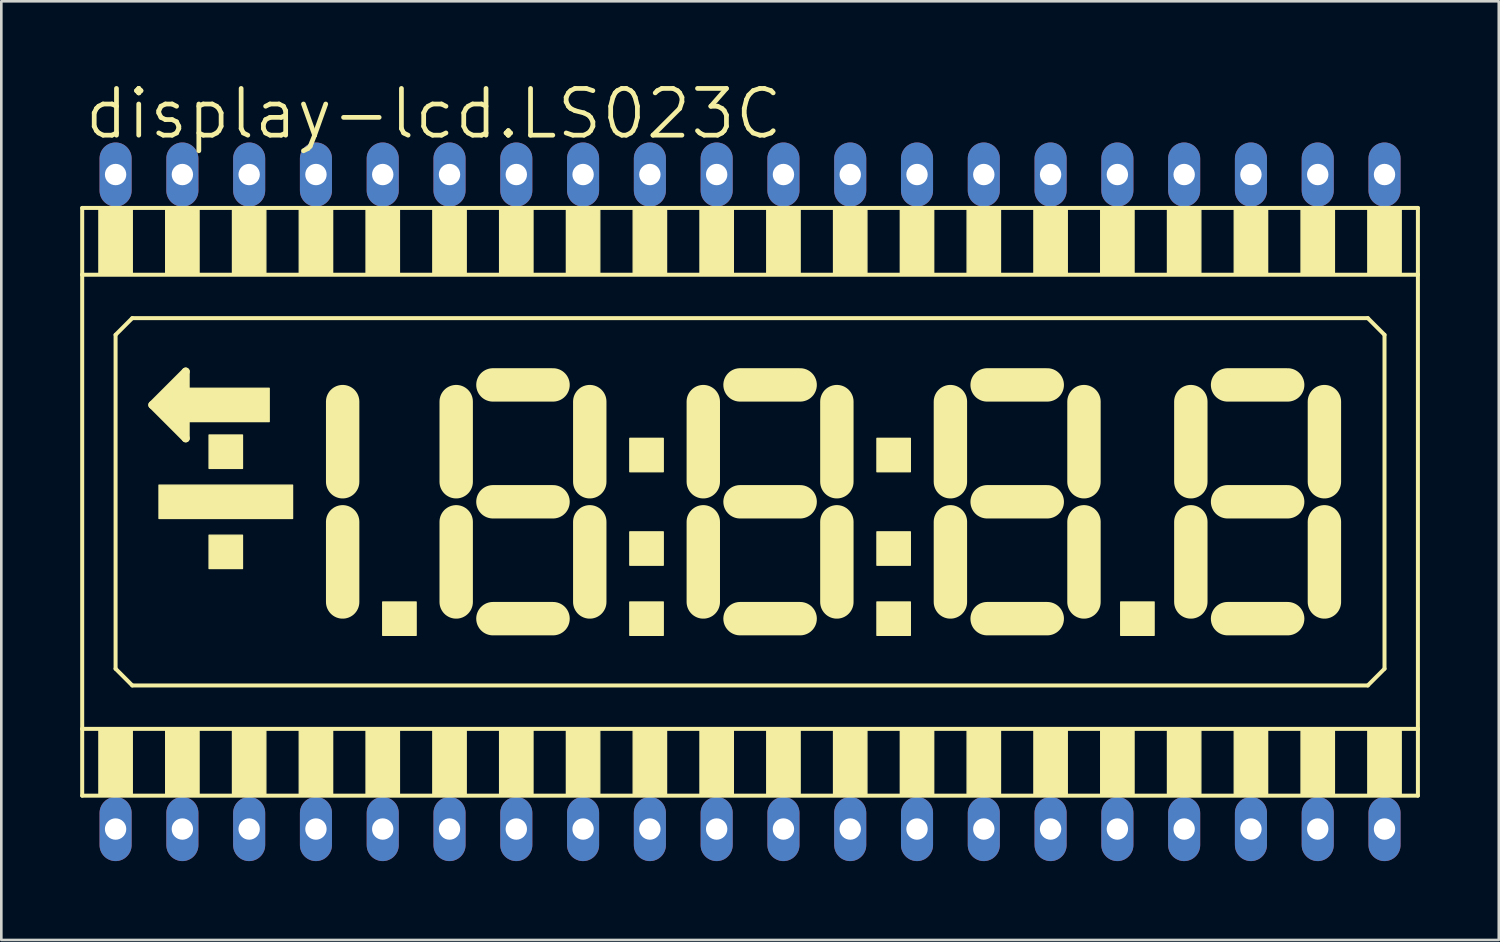
<source format=kicad_pcb>
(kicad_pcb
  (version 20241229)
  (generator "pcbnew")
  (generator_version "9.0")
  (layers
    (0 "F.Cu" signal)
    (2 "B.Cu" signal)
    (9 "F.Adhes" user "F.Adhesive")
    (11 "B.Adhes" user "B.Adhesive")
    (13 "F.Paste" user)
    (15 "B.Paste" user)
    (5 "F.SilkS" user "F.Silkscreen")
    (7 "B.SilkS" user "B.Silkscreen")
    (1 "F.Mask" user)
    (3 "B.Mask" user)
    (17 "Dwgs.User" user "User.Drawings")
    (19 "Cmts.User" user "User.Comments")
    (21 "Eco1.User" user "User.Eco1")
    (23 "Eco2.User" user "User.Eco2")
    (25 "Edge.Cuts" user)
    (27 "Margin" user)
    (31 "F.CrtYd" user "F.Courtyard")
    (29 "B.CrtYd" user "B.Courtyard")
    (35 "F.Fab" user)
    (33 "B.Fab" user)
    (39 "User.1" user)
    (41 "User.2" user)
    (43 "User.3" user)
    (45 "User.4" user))
  (footprint "display-lcd.LS023C"
    (layer "F.Cu")
    (at 25.476 16.034)
    (property "Reference" "display-lcd.LS023C" (at -25.4 -13.716 0) (layer "F.SilkS") (effects (font (size 1.778 1.778) (thickness 0.18)) (justify left bottom)))
    (attr through_hole)
    (fp_line (start -25.4 -11.176) (end -25.4 -8.636) (stroke (width 0.152) (type default)) (layer "F.SilkS"))
    (fp_line (start -25.4 -8.636) (end -25.4 8.636) (stroke (width 0.152) (type default)) (layer "F.SilkS"))
    (fp_line (start -25.4 -8.636) (end 25.4 -8.636) (stroke (width 0.152) (type default)) (layer "F.SilkS"))
    (fp_line (start -25.4 8.636) (end -25.4 11.176) (stroke (width 0.152) (type default)) (layer "F.SilkS"))
    (fp_line (start -25.4 11.176) (end 25.4 11.176) (stroke (width 0.152) (type default)) (layer "F.SilkS"))
    (fp_line (start -24.13 -6.35) (end -24.13 6.35) (stroke (width 0.152) (type default)) (layer "F.SilkS"))
    (fp_line (start -24.13 6.35) (end -23.495 6.985) (stroke (width 0.152) (type default)) (layer "F.SilkS"))
    (fp_line (start -23.495 -6.985) (end -24.13 -6.35) (stroke (width 0.152) (type default)) (layer "F.SilkS"))
    (fp_line (start -23.495 6.985) (end 23.495 6.985) (stroke (width 0.152) (type default)) (layer "F.SilkS"))
    (fp_line (start -22.733 -3.683) (end -21.463 -4.953) (stroke (width 0.305) (type default)) (layer "F.SilkS"))
    (fp_line (start -21.463 -4.953) (end -21.463 -2.413) (stroke (width 0.305) (type default)) (layer "F.SilkS"))
    (fp_line (start -21.463 -2.413) (end -22.733 -3.683) (stroke (width 0.305) (type default)) (layer "F.SilkS"))
    (fp_line (start -15.494 -0.762) (end -15.494 -3.81) (stroke (width 1.27) (type default)) (layer "F.SilkS"))
    (fp_line (start -15.494 3.81) (end -15.494 0.762) (stroke (width 1.27) (type default)) (layer "F.SilkS"))
    (fp_line (start -11.176 -3.81) (end -11.176 -0.762) (stroke (width 1.27) (type default)) (layer "F.SilkS"))
    (fp_line (start -11.176 0.762) (end -11.176 3.81) (stroke (width 1.27) (type default)) (layer "F.SilkS"))
    (fp_line (start -9.779 -4.445) (end -7.493 -4.445) (stroke (width 1.27) (type default)) (layer "F.SilkS"))
    (fp_line (start -9.779 0) (end -7.493 0) (stroke (width 1.27) (type default)) (layer "F.SilkS"))
    (fp_line (start -9.779 4.445) (end -7.493 4.445) (stroke (width 1.27) (type default)) (layer "F.SilkS"))
    (fp_line (start -6.096 -0.762) (end -6.096 -3.81) (stroke (width 1.27) (type default)) (layer "F.SilkS"))
    (fp_line (start -6.096 3.81) (end -6.096 0.762) (stroke (width 1.27) (type default)) (layer "F.SilkS"))
    (fp_line (start -1.778 -3.81) (end -1.778 -0.762) (stroke (width 1.27) (type default)) (layer "F.SilkS"))
    (fp_line (start -1.778 0.762) (end -1.778 3.81) (stroke (width 1.27) (type default)) (layer "F.SilkS"))
    (fp_line (start -0.381 -4.445) (end 1.905 -4.445) (stroke (width 1.27) (type default)) (layer "F.SilkS"))
    (fp_line (start -0.381 0) (end 1.905 0) (stroke (width 1.27) (type default)) (layer "F.SilkS"))
    (fp_line (start -0.381 4.445) (end 1.905 4.445) (stroke (width 1.27) (type default)) (layer "F.SilkS"))
    (fp_line (start 3.302 -0.762) (end 3.302 -3.81) (stroke (width 1.27) (type default)) (layer "F.SilkS"))
    (fp_line (start 3.302 3.81) (end 3.302 0.762) (stroke (width 1.27) (type default)) (layer "F.SilkS"))
    (fp_line (start 7.62 -3.81) (end 7.62 -0.762) (stroke (width 1.27) (type default)) (layer "F.SilkS"))
    (fp_line (start 7.62 0.762) (end 7.62 3.81) (stroke (width 1.27) (type default)) (layer "F.SilkS"))
    (fp_line (start 9.017 -4.445) (end 11.303 -4.445) (stroke (width 1.27) (type default)) (layer "F.SilkS"))
    (fp_line (start 9.017 0) (end 11.303 0) (stroke (width 1.27) (type default)) (layer "F.SilkS"))
    (fp_line (start 9.017 4.445) (end 11.303 4.445) (stroke (width 1.27) (type default)) (layer "F.SilkS"))
    (fp_line (start 12.7 -0.762) (end 12.7 -3.81) (stroke (width 1.27) (type default)) (layer "F.SilkS"))
    (fp_line (start 12.7 3.81) (end 12.7 0.762) (stroke (width 1.27) (type default)) (layer "F.SilkS"))
    (fp_line (start 16.764 -3.81) (end 16.764 -0.762) (stroke (width 1.27) (type default)) (layer "F.SilkS"))
    (fp_line (start 16.764 0.762) (end 16.764 3.81) (stroke (width 1.27) (type default)) (layer "F.SilkS"))
    (fp_line (start 18.161 -4.445) (end 20.447 -4.445) (stroke (width 1.27) (type default)) (layer "F.SilkS"))
    (fp_line (start 18.161 0) (end 20.447 0) (stroke (width 1.27) (type default)) (layer "F.SilkS"))
    (fp_line (start 18.161 4.445) (end 20.447 4.445) (stroke (width 1.27) (type default)) (layer "F.SilkS"))
    (fp_line (start 21.844 -0.762) (end 21.844 -3.81) (stroke (width 1.27) (type default)) (layer "F.SilkS"))
    (fp_line (start 21.844 3.81) (end 21.844 0.762) (stroke (width 1.27) (type default)) (layer "F.SilkS"))
    (fp_line (start 23.495 -6.985) (end -23.495 -6.985) (stroke (width 0.152) (type default)) (layer "F.SilkS"))
    (fp_line (start 23.495 6.985) (end 24.13 6.35) (stroke (width 0.152) (type default)) (layer "F.SilkS"))
    (fp_line (start 24.13 -6.35) (end 23.495 -6.985) (stroke (width 0.152) (type default)) (layer "F.SilkS"))
    (fp_line (start 24.13 6.35) (end 24.13 -6.35) (stroke (width 0.152) (type default)) (layer "F.SilkS"))
    (fp_line (start 25.4 -11.176) (end -25.4 -11.176) (stroke (width 0.152) (type default)) (layer "F.SilkS"))
    (fp_line (start 25.4 -8.636) (end 25.4 -11.176) (stroke (width 0.152) (type default)) (layer "F.SilkS"))
    (fp_line (start 25.4 8.636) (end -25.4 8.636) (stroke (width 0.152) (type default)) (layer "F.SilkS"))
    (fp_line (start 25.4 8.636) (end 25.4 -8.636) (stroke (width 0.152) (type default)) (layer "F.SilkS"))
    (fp_line (start 25.4 11.176) (end 25.4 8.636) (stroke (width 0.152) (type default)) (layer "F.SilkS"))
    (fp_rect (start -24.765 -8.636) (end -23.495 -11.176) (stroke (width 0.05) (type default)) (fill yes) (layer "F.SilkS"))
    (fp_rect (start -24.765 11.176) (end -23.495 8.636) (stroke (width 0.05) (type default)) (fill yes) (layer "F.SilkS"))
    (fp_rect (start -22.606 -3.556) (end -22.098 -3.81) (stroke (width 0.05) (type default)) (fill yes) (layer "F.SilkS"))
    (fp_rect (start -22.479 -3.81) (end -22.098 -3.937) (stroke (width 0.05) (type default)) (fill yes) (layer "F.SilkS"))
    (fp_rect (start -22.479 -3.429) (end -22.098 -3.556) (stroke (width 0.05) (type default)) (fill yes) (layer "F.SilkS"))
    (fp_rect (start -22.479 0.635) (end -17.399 -0.635) (stroke (width 0.05) (type default)) (fill yes) (layer "F.SilkS"))
    (fp_rect (start -22.352 -3.937) (end -22.098 -4.064) (stroke (width 0.05) (type default)) (fill yes) (layer "F.SilkS"))
    (fp_rect (start -22.352 -3.302) (end -22.098 -3.429) (stroke (width 0.05) (type default)) (fill yes) (layer "F.SilkS"))
    (fp_rect (start -22.225 -8.636) (end -20.955 -11.176) (stroke (width 0.05) (type default)) (fill yes) (layer "F.SilkS"))
    (fp_rect (start -22.225 -4.064) (end -22.098 -4.191) (stroke (width 0.05) (type default)) (fill yes) (layer "F.SilkS"))
    (fp_rect (start -22.225 -3.175) (end -22.098 -3.302) (stroke (width 0.05) (type default)) (fill yes) (layer "F.SilkS"))
    (fp_rect (start -22.225 11.176) (end -20.955 8.636) (stroke (width 0.05) (type default)) (fill yes) (layer "F.SilkS"))
    (fp_rect (start -22.098 -3.048) (end -18.288 -4.318) (stroke (width 0.05) (type default)) (fill yes) (layer "F.SilkS"))
    (fp_rect (start -21.971 -4.318) (end -21.463 -4.572) (stroke (width 0.05) (type default)) (fill yes) (layer "F.SilkS"))
    (fp_rect (start -21.971 -2.794) (end -21.463 -3.048) (stroke (width 0.05) (type default)) (fill yes) (layer "F.SilkS"))
    (fp_rect (start -21.717 -4.572) (end -21.463 -4.699) (stroke (width 0.05) (type default)) (fill yes) (layer "F.SilkS"))
    (fp_rect (start -21.717 -2.667) (end -21.463 -2.794) (stroke (width 0.05) (type default)) (fill yes) (layer "F.SilkS"))
    (fp_rect (start -20.574 -1.27) (end -19.304 -2.54) (stroke (width 0.05) (type default)) (fill yes) (layer "F.SilkS"))
    (fp_rect (start -20.574 2.54) (end -19.304 1.27) (stroke (width 0.05) (type default)) (fill yes) (layer "F.SilkS"))
    (fp_rect (start -19.685 -8.636) (end -18.415 -11.176) (stroke (width 0.05) (type default)) (fill yes) (layer "F.SilkS"))
    (fp_rect (start -19.685 11.176) (end -18.415 8.636) (stroke (width 0.05) (type default)) (fill yes) (layer "F.SilkS"))
    (fp_rect (start -17.145 -8.636) (end -15.875 -11.176) (stroke (width 0.05) (type default)) (fill yes) (layer "F.SilkS"))
    (fp_rect (start -17.145 11.176) (end -15.875 8.636) (stroke (width 0.05) (type default)) (fill yes) (layer "F.SilkS"))
    (fp_rect (start -14.605 -8.636) (end -13.335 -11.176) (stroke (width 0.05) (type default)) (fill yes) (layer "F.SilkS"))
    (fp_rect (start -14.605 11.176) (end -13.335 8.636) (stroke (width 0.05) (type default)) (fill yes) (layer "F.SilkS"))
    (fp_rect (start -13.97 5.08) (end -12.7 3.81) (stroke (width 0.05) (type default)) (fill yes) (layer "F.SilkS"))
    (fp_rect (start -12.065 -8.636) (end -10.795 -11.176) (stroke (width 0.05) (type default)) (fill yes) (layer "F.SilkS"))
    (fp_rect (start -12.065 11.176) (end -10.795 8.636) (stroke (width 0.05) (type default)) (fill yes) (layer "F.SilkS"))
    (fp_rect (start -9.525 -8.636) (end -8.255 -11.176) (stroke (width 0.05) (type default)) (fill yes) (layer "F.SilkS"))
    (fp_rect (start -9.525 11.176) (end -8.255 8.636) (stroke (width 0.05) (type default)) (fill yes) (layer "F.SilkS"))
    (fp_rect (start -6.985 -8.636) (end -5.715 -11.176) (stroke (width 0.05) (type default)) (fill yes) (layer "F.SilkS"))
    (fp_rect (start -6.985 11.176) (end -5.715 8.636) (stroke (width 0.05) (type default)) (fill yes) (layer "F.SilkS"))
    (fp_rect (start -4.572 -1.143) (end -3.302 -2.413) (stroke (width 0.05) (type default)) (fill yes) (layer "F.SilkS"))
    (fp_rect (start -4.572 2.413) (end -3.302 1.143) (stroke (width 0.05) (type default)) (fill yes) (layer "F.SilkS"))
    (fp_rect (start -4.572 5.08) (end -3.302 3.81) (stroke (width 0.05) (type default)) (fill yes) (layer "F.SilkS"))
    (fp_rect (start -4.445 -8.636) (end -3.175 -11.176) (stroke (width 0.05) (type default)) (fill yes) (layer "F.SilkS"))
    (fp_rect (start -4.445 11.176) (end -3.175 8.636) (stroke (width 0.05) (type default)) (fill yes) (layer "F.SilkS"))
    (fp_rect (start -1.905 -8.636) (end -0.635 -11.176) (stroke (width 0.05) (type default)) (fill yes) (layer "F.SilkS"))
    (fp_rect (start -1.905 11.176) (end -0.635 8.636) (stroke (width 0.05) (type default)) (fill yes) (layer "F.SilkS"))
    (fp_rect (start 0.635 -8.636) (end 1.905 -11.176) (stroke (width 0.05) (type default)) (fill yes) (layer "F.SilkS"))
    (fp_rect (start 0.635 11.176) (end 1.905 8.636) (stroke (width 0.05) (type default)) (fill yes) (layer "F.SilkS"))
    (fp_rect (start 3.175 -8.636) (end 4.445 -11.176) (stroke (width 0.05) (type default)) (fill yes) (layer "F.SilkS"))
    (fp_rect (start 3.175 11.176) (end 4.445 8.636) (stroke (width 0.05) (type default)) (fill yes) (layer "F.SilkS"))
    (fp_rect (start 4.826 -1.143) (end 6.096 -2.413) (stroke (width 0.05) (type default)) (fill yes) (layer "F.SilkS"))
    (fp_rect (start 4.826 2.413) (end 6.096 1.143) (stroke (width 0.05) (type default)) (fill yes) (layer "F.SilkS"))
    (fp_rect (start 4.826 5.08) (end 6.096 3.81) (stroke (width 0.05) (type default)) (fill yes) (layer "F.SilkS"))
    (fp_rect (start 5.715 -8.636) (end 6.985 -11.176) (stroke (width 0.05) (type default)) (fill yes) (layer "F.SilkS"))
    (fp_rect (start 5.715 11.176) (end 6.985 8.636) (stroke (width 0.05) (type default)) (fill yes) (layer "F.SilkS"))
    (fp_rect (start 8.255 -8.636) (end 9.525 -11.176) (stroke (width 0.05) (type default)) (fill yes) (layer "F.SilkS"))
    (fp_rect (start 8.255 11.176) (end 9.525 8.636) (stroke (width 0.05) (type default)) (fill yes) (layer "F.SilkS"))
    (fp_rect (start 10.795 -8.636) (end 12.065 -11.176) (stroke (width 0.05) (type default)) (fill yes) (layer "F.SilkS"))
    (fp_rect (start 10.795 11.176) (end 12.065 8.636) (stroke (width 0.05) (type default)) (fill yes) (layer "F.SilkS"))
    (fp_rect (start 13.335 -8.636) (end 14.605 -11.176) (stroke (width 0.05) (type default)) (fill yes) (layer "F.SilkS"))
    (fp_rect (start 13.335 11.176) (end 14.605 8.636) (stroke (width 0.05) (type default)) (fill yes) (layer "F.SilkS"))
    (fp_rect (start 14.097 5.08) (end 15.367 3.81) (stroke (width 0.05) (type default)) (fill yes) (layer "F.SilkS"))
    (fp_rect (start 15.875 -8.636) (end 17.145 -11.176) (stroke (width 0.05) (type default)) (fill yes) (layer "F.SilkS"))
    (fp_rect (start 15.875 11.176) (end 17.145 8.636) (stroke (width 0.05) (type default)) (fill yes) (layer "F.SilkS"))
    (fp_rect (start 18.415 -8.636) (end 19.685 -11.176) (stroke (width 0.05) (type default)) (fill yes) (layer "F.SilkS"))
    (fp_rect (start 18.415 11.176) (end 19.685 8.636) (stroke (width 0.05) (type default)) (fill yes) (layer "F.SilkS"))
    (fp_rect (start 20.955 -8.636) (end 22.225 -11.176) (stroke (width 0.05) (type default)) (fill yes) (layer "F.SilkS"))
    (fp_rect (start 20.955 11.176) (end 22.225 8.636) (stroke (width 0.05) (type default)) (fill yes) (layer "F.SilkS"))
    (fp_rect (start 23.495 -8.636) (end 24.765 -11.176) (stroke (width 0.05) (type default)) (fill yes) (layer "F.SilkS"))
    (fp_rect (start 23.495 11.176) (end 24.765 8.636) (stroke (width 0.05) (type default)) (fill yes) (layer "F.SilkS"))
    (pad "1" thru_hole oval (at -24.13 12.446 90) (size 2.438 1.219) (drill 0.813) (layers "*.Cu" "*.Mask"))
    (pad "2" thru_hole oval (at -21.59 12.446 90) (size 2.438 1.219) (drill 0.813) (layers "*.Cu" "*.Mask"))
    (pad "3" thru_hole oval (at -19.05 12.446 90) (size 2.438 1.219) (drill 0.813) (layers "*.Cu" "*.Mask"))
    (pad "4" thru_hole oval (at -16.51 12.446 90) (size 2.438 1.219) (drill 0.813) (layers "*.Cu" "*.Mask"))
    (pad "5" thru_hole oval (at -13.97 12.446 90) (size 2.438 1.219) (drill 0.813) (layers "*.Cu" "*.Mask"))
    (pad "6" thru_hole oval (at -11.43 12.446 90) (size 2.438 1.219) (drill 0.813) (layers "*.Cu" "*.Mask"))
    (pad "7" thru_hole oval (at -8.89 12.446 90) (size 2.438 1.219) (drill 0.813) (layers "*.Cu" "*.Mask"))
    (pad "8" thru_hole oval (at -6.35 12.446 90) (size 2.438 1.219) (drill 0.813) (layers "*.Cu" "*.Mask"))
    (pad "9" thru_hole oval (at -3.81 12.446 90) (size 2.438 1.219) (drill 0.813) (layers "*.Cu" "*.Mask"))
    (pad "10" thru_hole oval (at -1.27 12.446 90) (size 2.438 1.219) (drill 0.813) (layers "*.Cu" "*.Mask"))
    (pad "11" thru_hole oval (at 1.27 12.446 90) (size 2.438 1.219) (drill 0.813) (layers "*.Cu" "*.Mask"))
    (pad "12" thru_hole oval (at 3.81 12.446 90) (size 2.438 1.219) (drill 0.813) (layers "*.Cu" "*.Mask"))
    (pad "13" thru_hole oval (at 6.35 12.446 90) (size 2.438 1.219) (drill 0.813) (layers "*.Cu" "*.Mask"))
    (pad "14" thru_hole oval (at 8.89 12.446 90) (size 2.438 1.219) (drill 0.813) (layers "*.Cu" "*.Mask"))
    (pad "15" thru_hole oval (at 11.43 12.446 90) (size 2.438 1.219) (drill 0.813) (layers "*.Cu" "*.Mask"))
    (pad "16" thru_hole oval (at 13.97 12.446 90) (size 2.438 1.219) (drill 0.813) (layers "*.Cu" "*.Mask"))
    (pad "17" thru_hole oval (at 16.51 12.446 90) (size 2.438 1.219) (drill 0.813) (layers "*.Cu" "*.Mask"))
    (pad "18" thru_hole oval (at 19.05 12.446 90) (size 2.438 1.219) (drill 0.813) (layers "*.Cu" "*.Mask"))
    (pad "19" thru_hole oval (at 21.59 12.446 90) (size 2.438 1.219) (drill 0.813) (layers "*.Cu" "*.Mask"))
    (pad "20" thru_hole oval (at 24.13 12.446 90) (size 2.438 1.219) (drill 0.813) (layers "*.Cu" "*.Mask"))
    (pad "21" thru_hole oval (at 24.13 -12.446 90) (size 2.438 1.219) (drill 0.813) (layers "*.Cu" "*.Mask"))
    (pad "22" thru_hole oval (at 21.59 -12.446 90) (size 2.438 1.219) (drill 0.813) (layers "*.Cu" "*.Mask"))
    (pad "23" thru_hole oval (at 19.05 -12.446 90) (size 2.438 1.219) (drill 0.813) (layers "*.Cu" "*.Mask"))
    (pad "24" thru_hole oval (at 16.51 -12.446 90) (size 2.438 1.219) (drill 0.813) (layers "*.Cu" "*.Mask"))
    (pad "25" thru_hole oval (at 13.97 -12.446 90) (size 2.438 1.219) (drill 0.813) (layers "*.Cu" "*.Mask"))
    (pad "26" thru_hole oval (at 11.43 -12.446 90) (size 2.438 1.219) (drill 0.813) (layers "*.Cu" "*.Mask"))
    (pad "27" thru_hole oval (at 8.89 -12.446 90) (size 2.438 1.219) (drill 0.813) (layers "*.Cu" "*.Mask"))
    (pad "28" thru_hole oval (at 6.35 -12.446 90) (size 2.438 1.219) (drill 0.813) (layers "*.Cu" "*.Mask"))
    (pad "29" thru_hole oval (at 3.81 -12.446 90) (size 2.438 1.219) (drill 0.813) (layers "*.Cu" "*.Mask"))
    (pad "30" thru_hole oval (at 1.27 -12.446 90) (size 2.438 1.219) (drill 0.813) (layers "*.Cu" "*.Mask"))
    (pad "31" thru_hole oval (at -1.27 -12.446 90) (size 2.438 1.219) (drill 0.813) (layers "*.Cu" "*.Mask"))
    (pad "32" thru_hole oval (at -3.81 -12.446 90) (size 2.438 1.219) (drill 0.813) (layers "*.Cu" "*.Mask"))
    (pad "33" thru_hole oval (at -6.35 -12.446 90) (size 2.438 1.219) (drill 0.813) (layers "*.Cu" "*.Mask"))
    (pad "34" thru_hole oval (at -8.89 -12.446 90) (size 2.438 1.219) (drill 0.813) (layers "*.Cu" "*.Mask"))
    (pad "35" thru_hole oval (at -11.43 -12.446 90) (size 2.438 1.219) (drill 0.813) (layers "*.Cu" "*.Mask"))
    (pad "36" thru_hole oval (at -13.97 -12.446 90) (size 2.438 1.219) (drill 0.813) (layers "*.Cu" "*.Mask"))
    (pad "37" thru_hole oval (at -16.51 -12.446 90) (size 2.438 1.219) (drill 0.813) (layers "*.Cu" "*.Mask"))
    (pad "38" thru_hole oval (at -19.05 -12.446 90) (size 2.438 1.219) (drill 0.813) (layers "*.Cu" "*.Mask"))
    (pad "39" thru_hole oval (at -21.59 -12.446 90) (size 2.438 1.219) (drill 0.813) (layers "*.Cu" "*.Mask"))
    (pad "40" thru_hole oval (at -24.13 -12.446 90) (size 2.438 1.219) (drill 0.813) (layers "*.Cu" "*.Mask")))
  (gr_rect
    (start -3 -3)
    (end 53.952 32.699)
    (stroke (width 0.1) (type default))
    (fill no)
    (layer "Edge.Cuts")))
</source>
